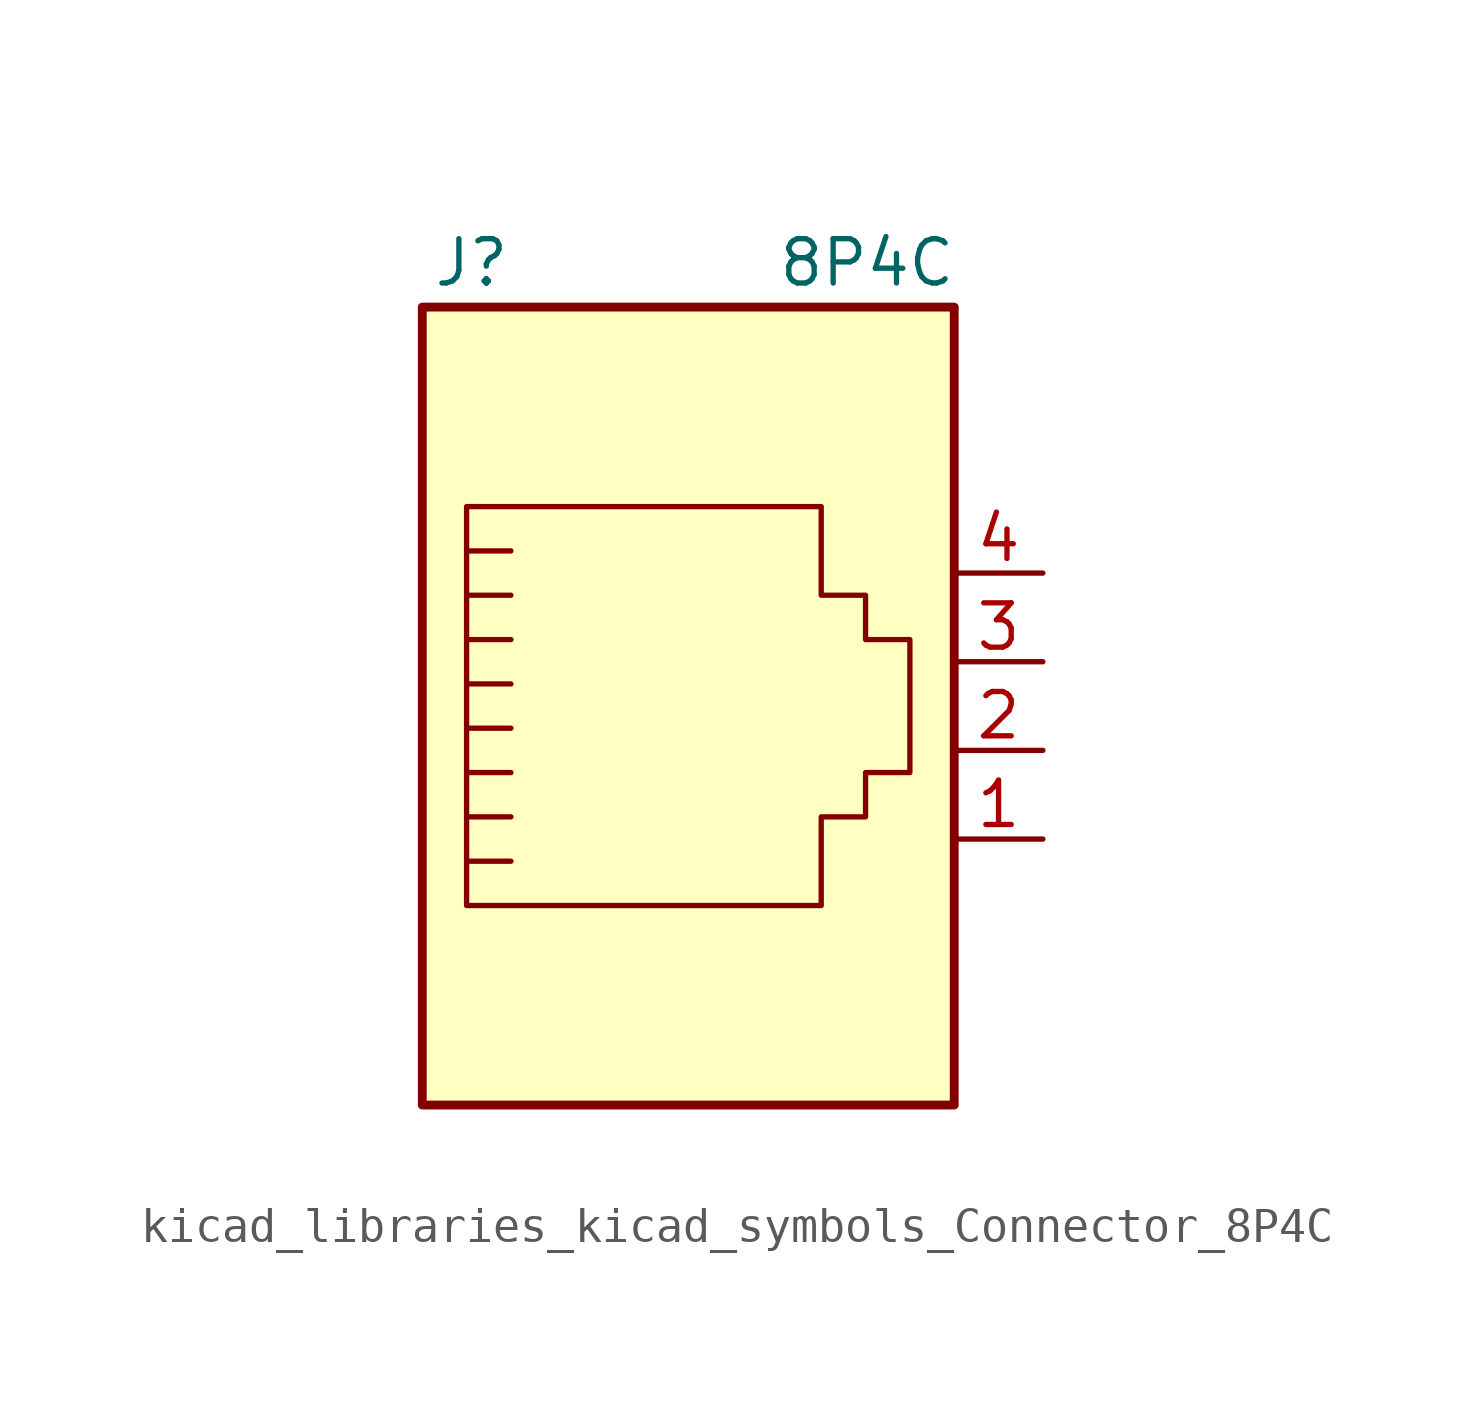
<source format=kicad_sym>
(kicad_symbol_lib
  (version 20220914)
  (generator kicad_symbol_editor)
  (symbol "kicad_libraries_kicad_symbols_Connector_8P4C"
    (pin_names
      (offset 1.016))
    (property "Reference" "J"
      (at -5.08 13.97 0)
      (effects (font (size 1.27 1.27)) (justify right)))
    (property "Value" "8P4C"
      (at 2.54 13.97 0)
      (effects (font (size 1.27 1.27)) (justify left)))
    (symbol "kicad_libraries_kicad_symbols_Connector_8P4C_0_1"
      (polyline (pts (xy -5.08 4.445) (xy -6.35 4.445)) (stroke (width 0) (type default)) (fill (type none)))
      (polyline (pts (xy -5.08 5.715) (xy -6.35 5.715)) (stroke (width 0) (type default)) (fill (type none)))
      (polyline (pts (xy -6.35 -3.175) (xy -5.08 -3.175) (xy -5.08 -3.175)) (stroke (width 0) (type default)) (fill (type none)))
      (polyline (pts (xy -6.35 -1.905) (xy -5.08 -1.905) (xy -5.08 -1.905)) (stroke (width 0) (type default)) (fill (type none)))
      (polyline (pts (xy -6.35 -0.635) (xy -5.08 -0.635) (xy -5.08 -0.635)) (stroke (width 0) (type default)) (fill (type none)))
      (polyline (pts (xy -6.35 0.635) (xy -5.08 0.635) (xy -5.08 0.635)) (stroke (width 0) (type default)) (fill (type none)))
      (polyline (pts (xy -6.35 1.905) (xy -5.08 1.905) (xy -5.08 1.905)) (stroke (width 0) (type default)) (fill (type none)))
      (polyline (pts (xy -5.08 3.175) (xy -6.35 3.175) (xy -6.35 3.175)) (stroke (width 0) (type default)) (fill (type none)))
      (polyline (pts (xy -6.35 -4.445) (xy -6.35 6.985) (xy 3.81 6.985) (xy 3.81 4.445) (xy 5.08 4.445) (xy 5.08 3.175) (xy 6.35 3.175) (xy 6.35 -0.635) (xy 5.08 -0.635) (xy 5.08 -1.905) (xy 3.81 -1.905) (xy 3.81 -4.445) (xy -6.35 -4.445) (xy -6.35 -4.445)) (stroke (width 0) (type default)) (fill (type none)))
      (rectangle (start 7.62 12.7) (end -7.62 -10.16) (stroke (width 0.254) (type default)) (fill (type background))))
    (symbol "kicad_libraries_kicad_symbols_Connector_8P4C_1_1"
      (pin passive line (at 10.16 -2.54 180) (length 2.54) (name "~" (effects (font (size 1.27 1.27)))) (number "1" (effects (font (size 1.27 1.27)))))
      (pin passive line (at 10.16 0 180) (length 2.54) (name "~" (effects (font (size 1.27 1.27)))) (number "2" (effects (font (size 1.27 1.27)))))
      (pin passive line (at 10.16 2.54 180) (length 2.54) (name "~" (effects (font (size 1.27 1.27)))) (number "3" (effects (font (size 1.27 1.27)))))
      (pin passive line (at 10.16 5.08 180) (length 2.54) (name "~" (effects (font (size 1.27 1.27)))) (number "4" (effects (font (size 1.27 1.27))))))))
</source>
